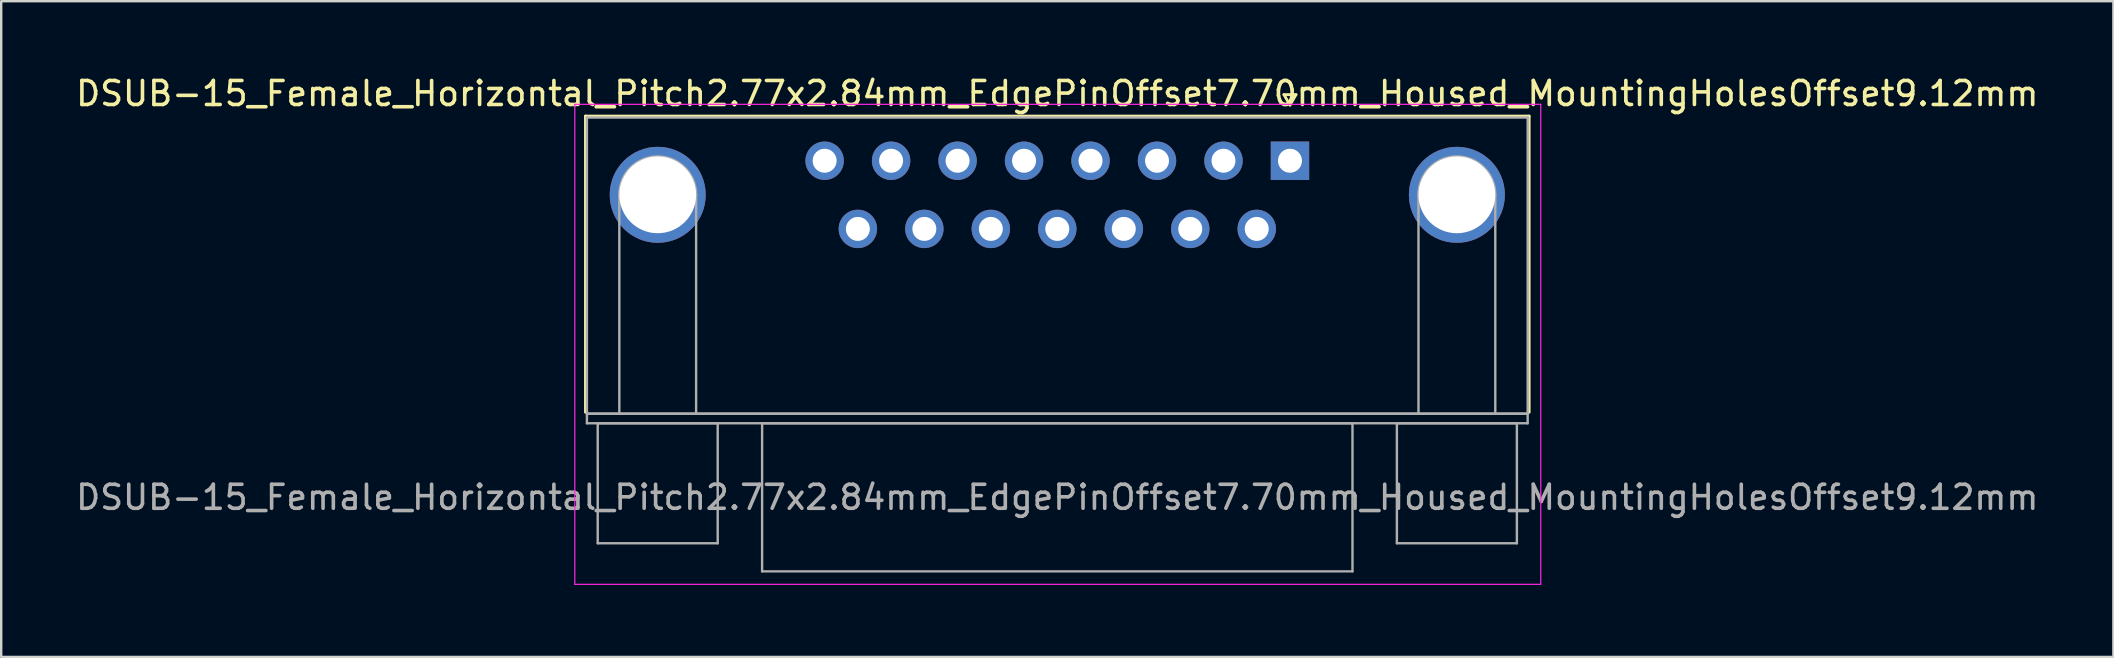
<source format=kicad_pcb>
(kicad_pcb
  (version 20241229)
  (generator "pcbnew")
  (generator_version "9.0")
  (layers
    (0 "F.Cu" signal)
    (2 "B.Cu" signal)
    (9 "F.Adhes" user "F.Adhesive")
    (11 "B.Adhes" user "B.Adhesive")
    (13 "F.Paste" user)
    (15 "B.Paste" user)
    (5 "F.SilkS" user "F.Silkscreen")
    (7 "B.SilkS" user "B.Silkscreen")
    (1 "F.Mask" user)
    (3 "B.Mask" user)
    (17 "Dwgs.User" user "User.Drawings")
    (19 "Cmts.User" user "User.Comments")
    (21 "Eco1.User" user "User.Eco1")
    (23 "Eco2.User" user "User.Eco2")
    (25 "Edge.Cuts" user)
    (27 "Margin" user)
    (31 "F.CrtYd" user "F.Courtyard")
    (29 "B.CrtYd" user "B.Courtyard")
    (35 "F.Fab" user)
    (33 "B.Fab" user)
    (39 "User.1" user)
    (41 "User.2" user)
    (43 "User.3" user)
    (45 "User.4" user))
  (footprint "DSUB-15_Female_Horizontal_Pitch2.77x2.84mm_EdgePinOffset7.70mm_Housed_MountingHolesOffset9.12mm"
    (layer "F.Cu")
    (at 50.701 3.648)
    (property "Reference" "DSUB-15_Female_Horizontal_Pitch2.77x2.84mm_EdgePinOffset7.70mm_Housed_MountingHolesOffset9.12mm" (at -9.695 -2.8 0) (layer "F.SilkS") (effects (font (size 1 1) (thickness 0.15))))
    (attr through_hole)
    (fp_line (start -29.355 -1.86) (end 9.965 -1.86) (stroke (width 0.12) (type solid)) (layer "F.SilkS"))
    (fp_line (start -29.355 10.48) (end -29.355 -1.86) (stroke (width 0.12) (type solid)) (layer "F.SilkS"))
    (fp_line (start -0.25 -2.754) (end 0.25 -2.754) (stroke (width 0.12) (type solid)) (layer "F.SilkS"))
    (fp_line (start 0 -2.321) (end -0.25 -2.754) (stroke (width 0.12) (type solid)) (layer "F.SilkS"))
    (fp_line (start 0.25 -2.754) (end 0 -2.321) (stroke (width 0.12) (type solid)) (layer "F.SilkS"))
    (fp_line (start 9.965 -1.86) (end 9.965 10.48) (stroke (width 0.12) (type solid)) (layer "F.SilkS"))
    (fp_line (start -29.8 -2.35) (end -29.8 17.65) (stroke (width 0.05) (type solid)) (layer "F.CrtYd"))
    (fp_line (start -29.8 17.65) (end 10.45 17.65) (stroke (width 0.05) (type solid)) (layer "F.CrtYd"))
    (fp_line (start 10.45 -2.35) (end -29.8 -2.35) (stroke (width 0.05) (type solid)) (layer "F.CrtYd"))
    (fp_line (start 10.45 17.65) (end 10.45 -2.35) (stroke (width 0.05) (type solid)) (layer "F.CrtYd"))
    (fp_line (start -29.295 -1.8) (end -29.295 10.54) (stroke (width 0.1) (type solid)) (layer "F.Fab"))
    (fp_line (start -29.295 10.54) (end -29.295 10.94) (stroke (width 0.1) (type solid)) (layer "F.Fab"))
    (fp_line (start -29.295 10.54) (end 9.905 10.54) (stroke (width 0.1) (type solid)) (layer "F.Fab"))
    (fp_line (start -29.295 10.94) (end 9.905 10.94) (stroke (width 0.1) (type solid)) (layer "F.Fab"))
    (fp_line (start -28.845 10.94) (end -28.845 15.94) (stroke (width 0.1) (type solid)) (layer "F.Fab"))
    (fp_line (start -28.845 15.94) (end -23.845 15.94) (stroke (width 0.1) (type solid)) (layer "F.Fab"))
    (fp_line (start -27.945 10.54) (end -27.945 1.42) (stroke (width 0.1) (type solid)) (layer "F.Fab"))
    (fp_line (start -24.745 10.54) (end -24.745 1.42) (stroke (width 0.1) (type solid)) (layer "F.Fab"))
    (fp_line (start -23.845 10.94) (end -28.845 10.94) (stroke (width 0.1) (type solid)) (layer "F.Fab"))
    (fp_line (start -23.845 15.94) (end -23.845 10.94) (stroke (width 0.1) (type solid)) (layer "F.Fab"))
    (fp_line (start -21.995 10.94) (end -21.995 17.11) (stroke (width 0.1) (type solid)) (layer "F.Fab"))
    (fp_line (start -21.995 17.11) (end 2.605 17.11) (stroke (width 0.1) (type solid)) (layer "F.Fab"))
    (fp_line (start 2.605 10.94) (end -21.995 10.94) (stroke (width 0.1) (type solid)) (layer "F.Fab"))
    (fp_line (start 2.605 17.11) (end 2.605 10.94) (stroke (width 0.1) (type solid)) (layer "F.Fab"))
    (fp_line (start 4.455 10.94) (end 4.455 15.94) (stroke (width 0.1) (type solid)) (layer "F.Fab"))
    (fp_line (start 4.455 15.94) (end 9.455 15.94) (stroke (width 0.1) (type solid)) (layer "F.Fab"))
    (fp_line (start 5.355 10.54) (end 5.355 1.42) (stroke (width 0.1) (type solid)) (layer "F.Fab"))
    (fp_line (start 8.555 10.54) (end 8.555 1.42) (stroke (width 0.1) (type solid)) (layer "F.Fab"))
    (fp_line (start 9.455 10.94) (end 4.455 10.94) (stroke (width 0.1) (type solid)) (layer "F.Fab"))
    (fp_line (start 9.455 15.94) (end 9.455 10.94) (stroke (width 0.1) (type solid)) (layer "F.Fab"))
    (fp_line (start 9.905 -1.8) (end -29.295 -1.8) (stroke (width 0.1) (type solid)) (layer "F.Fab"))
    (fp_line (start 9.905 10.54) (end -29.295 10.54) (stroke (width 0.1) (type solid)) (layer "F.Fab"))
    (fp_line (start 9.905 10.54) (end 9.905 -1.8) (stroke (width 0.1) (type solid)) (layer "F.Fab"))
    (fp_line (start 9.905 10.94) (end 9.905 10.54) (stroke (width 0.1) (type solid)) (layer "F.Fab"))
    (fp_arc (start -27.945 1.42) (mid -26.345 -0.18) (end -24.745 1.42) (stroke (width 0.1) (type solid)) (layer "F.Fab"))
    (fp_arc (start 5.355 1.42) (mid 6.955 -0.18) (end 8.555 1.42) (stroke (width 0.1) (type solid)) (layer "F.Fab"))
    (fp_text user "${REFERENCE}" (at -9.695 14.025 0) (layer "F.Fab") (effects (font (size 1 1) (thickness 0.15))))
    (pad "0" thru_hole circle (at -26.345 1.42) (size 4 4) (drill 3.2) (layers "*.Cu" "*.Mask"))
    (pad "0" thru_hole circle (at 6.955 1.42) (size 4 4) (drill 3.2) (layers "*.Cu" "*.Mask"))
    (pad "1" thru_hole rect (at 0 0) (size 1.6 1.6) (drill 1) (layers "*.Cu" "*.Mask"))
    (pad "2" thru_hole circle (at -2.77 0) (size 1.6 1.6) (drill 1) (layers "*.Cu" "*.Mask"))
    (pad "3" thru_hole circle (at -5.54 0) (size 1.6 1.6) (drill 1) (layers "*.Cu" "*.Mask"))
    (pad "4" thru_hole circle (at -8.31 0) (size 1.6 1.6) (drill 1) (layers "*.Cu" "*.Mask"))
    (pad "5" thru_hole circle (at -11.08 0) (size 1.6 1.6) (drill 1) (layers "*.Cu" "*.Mask"))
    (pad "6" thru_hole circle (at -13.85 0) (size 1.6 1.6) (drill 1) (layers "*.Cu" "*.Mask"))
    (pad "7" thru_hole circle (at -16.62 0) (size 1.6 1.6) (drill 1) (layers "*.Cu" "*.Mask"))
    (pad "8" thru_hole circle (at -19.39 0) (size 1.6 1.6) (drill 1) (layers "*.Cu" "*.Mask"))
    (pad "9" thru_hole circle (at -1.385 2.84) (size 1.6 1.6) (drill 1) (layers "*.Cu" "*.Mask"))
    (pad "10" thru_hole circle (at -4.155 2.84) (size 1.6 1.6) (drill 1) (layers "*.Cu" "*.Mask"))
    (pad "11" thru_hole circle (at -6.925 2.84) (size 1.6 1.6) (drill 1) (layers "*.Cu" "*.Mask"))
    (pad "12" thru_hole circle (at -9.695 2.84) (size 1.6 1.6) (drill 1) (layers "*.Cu" "*.Mask"))
    (pad "13" thru_hole circle (at -12.465 2.84) (size 1.6 1.6) (drill 1) (layers "*.Cu" "*.Mask"))
    (pad "14" thru_hole circle (at -15.235 2.84) (size 1.6 1.6) (drill 1) (layers "*.Cu" "*.Mask"))
    (pad "15" thru_hole circle (at -18.005 2.84) (size 1.6 1.6) (drill 1) (layers "*.Cu" "*.Mask")))
  (gr_rect
    (start -3 -3)
    (end 85.012 24.323)
    (stroke (width 0.1) (type default))
    (fill no)
    (layer "Edge.Cuts")))
</source>
